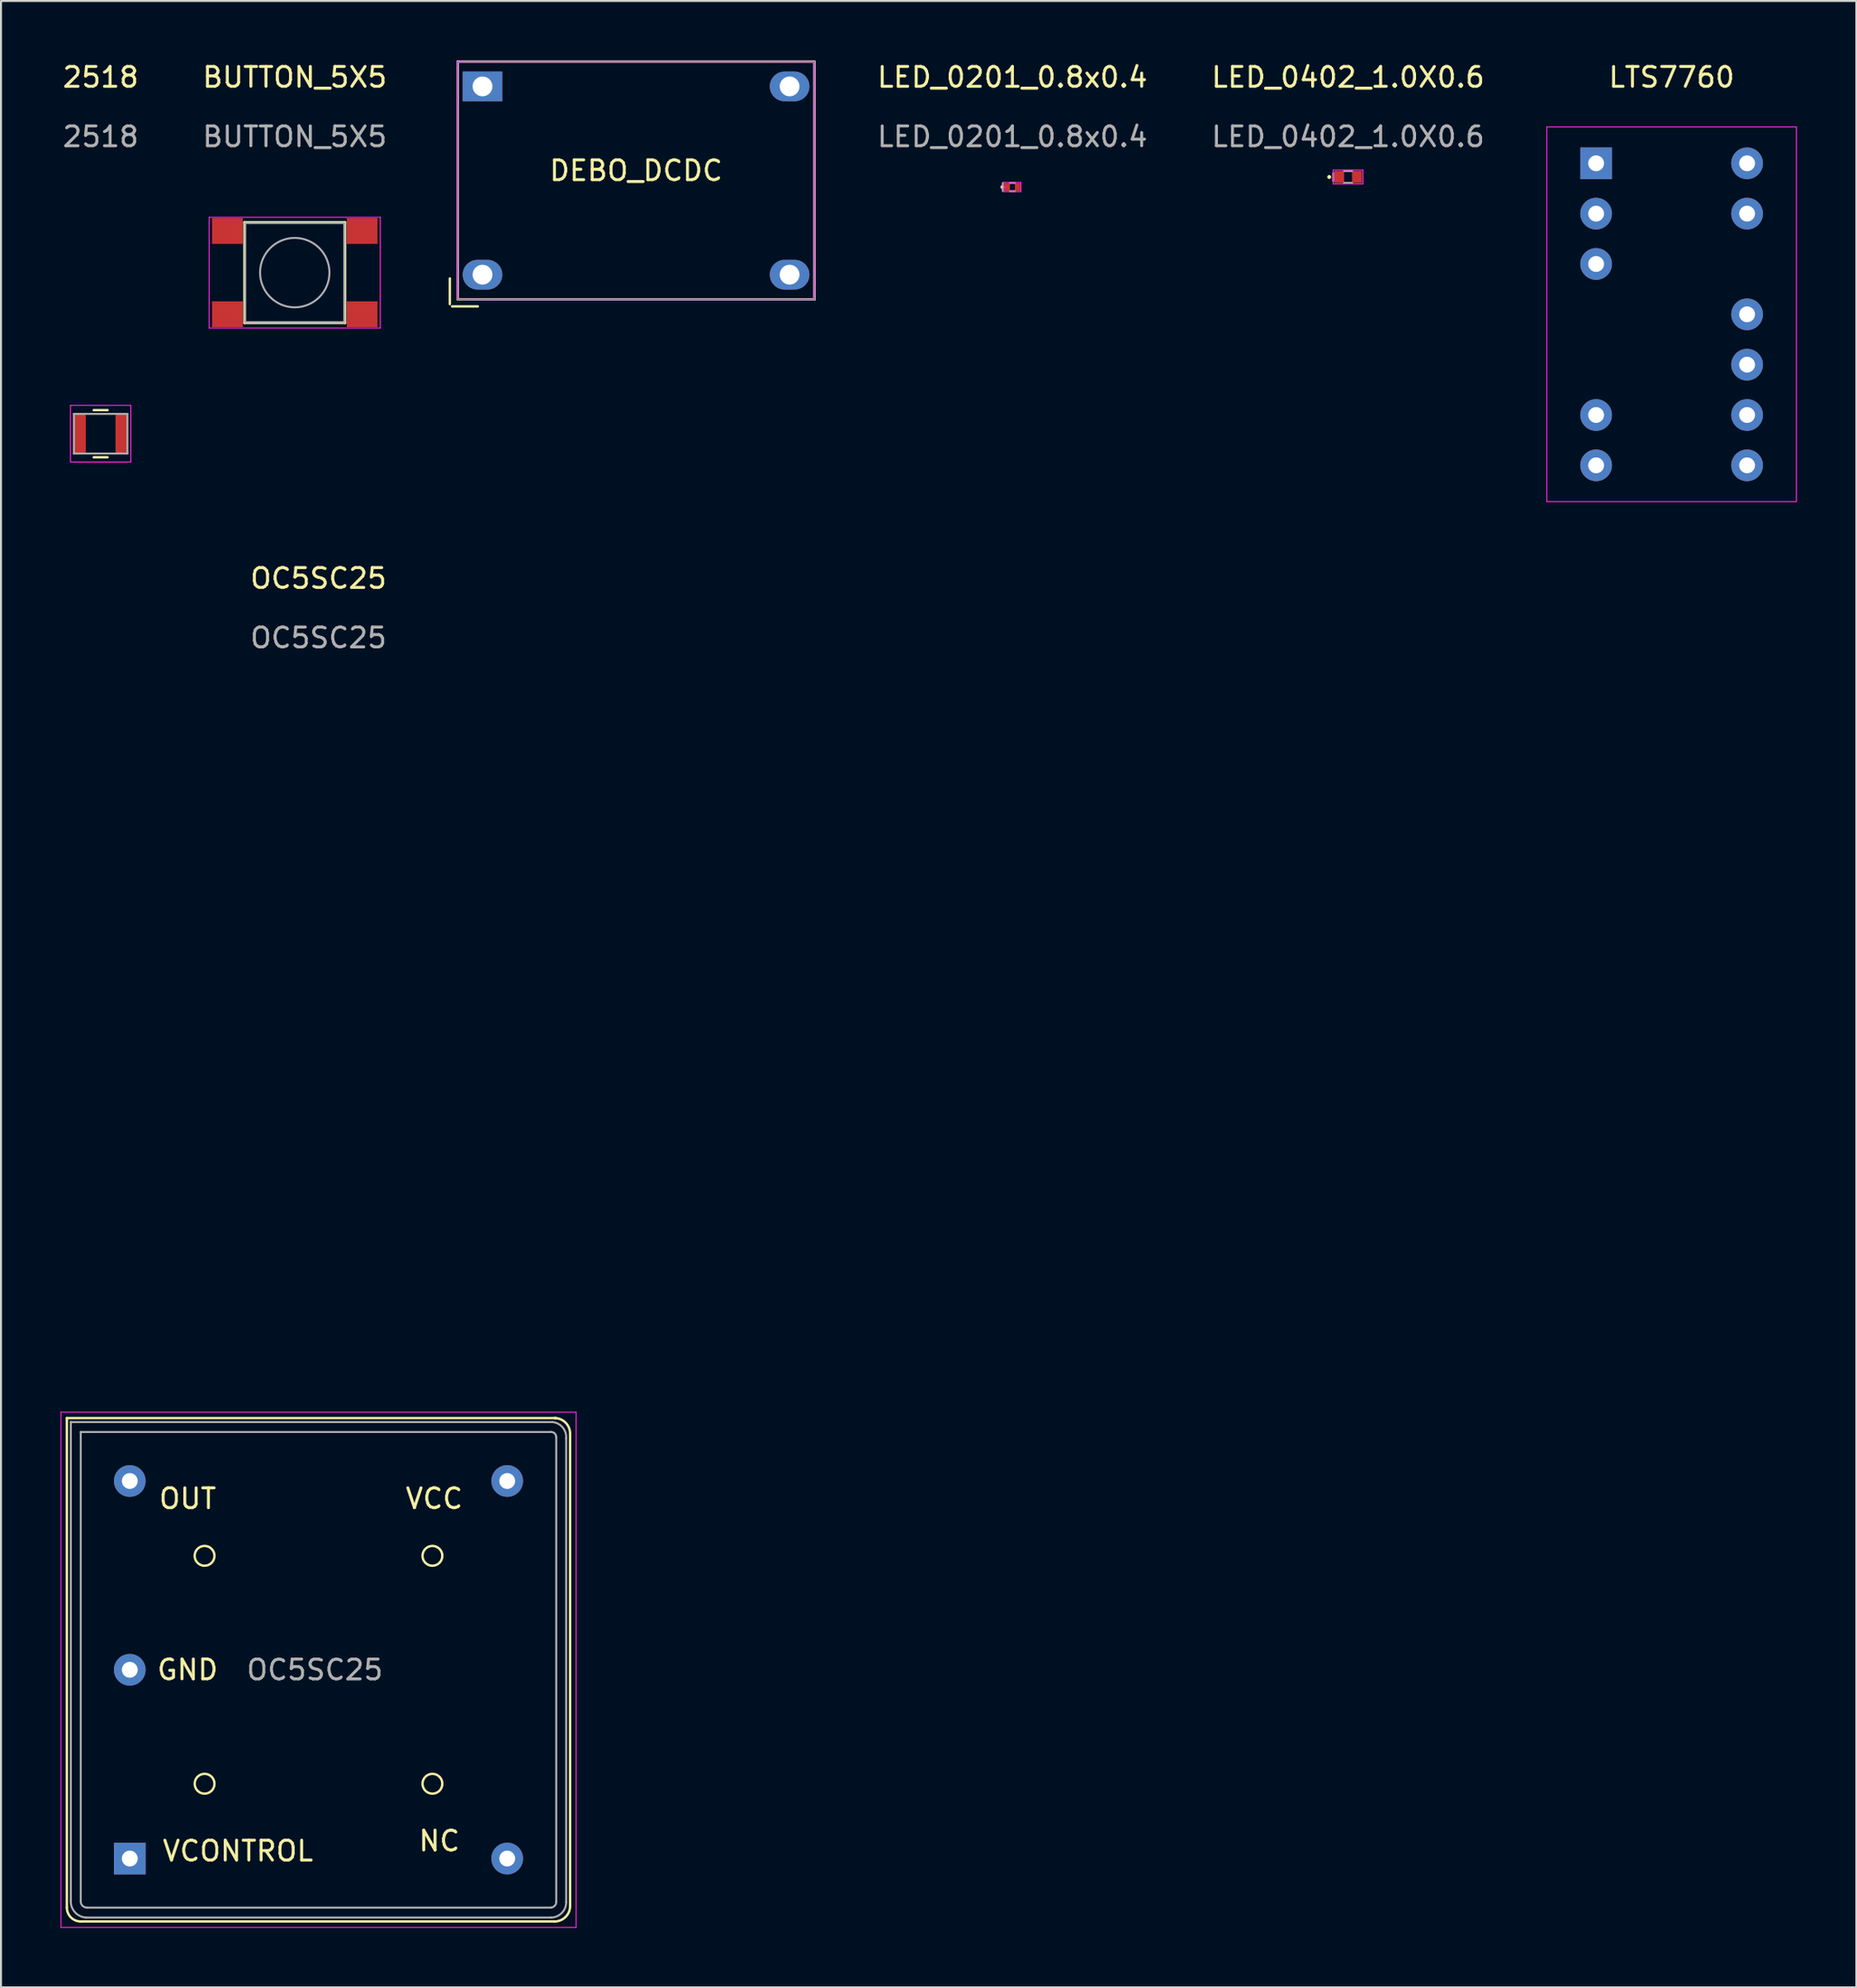
<source format=kicad_pcb>
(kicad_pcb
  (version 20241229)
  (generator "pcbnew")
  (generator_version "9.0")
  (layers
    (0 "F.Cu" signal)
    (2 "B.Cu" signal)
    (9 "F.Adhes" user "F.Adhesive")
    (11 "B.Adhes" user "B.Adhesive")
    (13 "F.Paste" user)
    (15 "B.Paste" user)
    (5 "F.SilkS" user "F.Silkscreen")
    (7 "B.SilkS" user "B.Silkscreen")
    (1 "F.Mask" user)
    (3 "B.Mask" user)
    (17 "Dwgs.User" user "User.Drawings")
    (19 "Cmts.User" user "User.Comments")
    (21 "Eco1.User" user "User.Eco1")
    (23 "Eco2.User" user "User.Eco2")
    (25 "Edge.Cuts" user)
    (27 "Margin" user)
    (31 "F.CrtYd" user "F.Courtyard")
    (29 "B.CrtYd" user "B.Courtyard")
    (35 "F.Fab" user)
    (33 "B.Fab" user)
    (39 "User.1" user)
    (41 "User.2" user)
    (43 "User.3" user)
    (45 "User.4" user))
  (footprint "DEBO_DCDC"
    (layer "F.Cu")
    (at 29.053 6.06)
    (property "Reference" "DEBO_DCDC" (at 0 -0.5 0) (unlocked yes) (layer "F.SilkS") (effects (font (size 1 1) (thickness 0.15))))
    (attr through_hole)
    (fp_line (start -9.398 4.938) (end -9.398 6.238) (stroke (width 0.12) (type solid)) (layer "F.SilkS"))
    (fp_line (start -9 -6) (end 9 -6) (stroke (width 0.12) (type solid)) (layer "F.SilkS"))
    (fp_line (start -9 6) (end -9 -6) (stroke (width 0.12) (type solid)) (layer "F.SilkS"))
    (fp_line (start -7.986 6.35) (end -9.286 6.35) (stroke (width 0.12) (type solid)) (layer "F.SilkS"))
    (fp_line (start 9 -6) (end 9 6) (stroke (width 0.12) (type solid)) (layer "F.SilkS"))
    (fp_line (start 9 6) (end -9 6) (stroke (width 0.12) (type solid)) (layer "F.SilkS"))
    (fp_line (start -9 6) (end -9 -6) (stroke (width 0.05) (type solid)) (layer "F.CrtYd"))
    (fp_line (start -9 6) (end 9 6) (stroke (width 0.05) (type solid)) (layer "F.CrtYd"))
    (fp_line (start 9 -6) (end -9 -6) (stroke (width 0.05) (type solid)) (layer "F.CrtYd"))
    (fp_line (start 9 -6) (end 9 6) (stroke (width 0.05) (type solid)) (layer "F.CrtYd"))
    (fp_line (start -9 -6) (end 9 -6) (stroke (width 0.12) (type solid)) (layer "F.Fab"))
    (fp_line (start -9 6) (end -9 -6) (stroke (width 0.12) (type solid)) (layer "F.Fab"))
    (fp_line (start 9 -6) (end 9 6) (stroke (width 0.12) (type solid)) (layer "F.Fab"))
    (fp_line (start 9 6) (end -9 6) (stroke (width 0.12) (type solid)) (layer "F.Fab"))
    (pad "1" thru_hole rect (at -7.75 -4.75 90) (size 1.5 2) (drill 1) (layers "*.Cu" "*.Mask"))
    (pad "2" thru_hole oval (at -7.75 4.75 90) (size 1.5 2) (drill 1) (layers "*.Cu" "*.Mask"))
    (pad "3" thru_hole oval (at 7.75 -4.75 90) (size 1.5 2) (drill 1) (layers "*.Cu" "*.Mask"))
    (pad "4" thru_hole oval (at 7.75 4.75 90) (size 1.5 2) (drill 1) (layers "*.Cu" "*.Mask")))
  (footprint "OC5SC25"
    (layer "F.Cu")
    (at 13.025 81.204)
    (property "Reference" "OC5SC25" (at 0 -55.07 0) (unlocked yes) (layer "F.SilkS") (effects (font (size 1 1) (thickness 0.15))))
    (attr through_hole)
    (fp_line (start -12.7 -12.7) (end -12.7 12) (stroke (width 0.12) (type solid)) (layer "F.SilkS"))
    (fp_line (start -12 12.7) (end 11.916 12.7) (stroke (width 0.12) (type solid)) (layer "F.SilkS"))
    (fp_line (start 12 -12.7) (end -12.7 -12.7) (stroke (width 0.12) (type solid)) (layer "F.SilkS"))
    (fp_line (start 12.7 11.916) (end 12.7 -11.916) (stroke (width 0.12) (type solid)) (layer "F.SilkS"))
    (fp_arc (start -12 12.7) (mid -12.494975 12.494975) (end -12.7 12) (stroke (width 0.12) (type solid)) (layer "F.SilkS"))
    (fp_arc (start 11.91567 -12.7) (mid 12.470275 -12.470275) (end 12.7 -11.91567) (stroke (width 0.12) (type solid)) (layer "F.SilkS"))
    (fp_arc (start 12.7 11.91567) (mid 12.470275 12.470275) (end 11.91567 12.7) (stroke (width 0.12) (type solid)) (layer "F.SilkS"))
    (fp_circle (center -5.75 -5.75) (end -5.25 -5.75) (stroke (width 0.12) (type solid)) (fill no) (layer "F.SilkS"))
    (fp_circle (center -5.75 5.75) (end -5.25 5.75) (stroke (width 0.12) (type solid)) (fill no) (layer "F.SilkS"))
    (fp_circle (center 5.75 -5.75) (end 6.25 -5.75) (stroke (width 0.12) (type solid)) (fill no) (layer "F.SilkS"))
    (fp_circle (center 5.75 5.75) (end 6.25 5.75) (stroke (width 0.12) (type solid)) (fill no) (layer "F.SilkS"))
    (fp_line (start -13 -13) (end -13 13) (stroke (width 0.05) (type solid)) (layer "F.CrtYd"))
    (fp_line (start -13 13) (end 13 13) (stroke (width 0.05) (type solid)) (layer "F.CrtYd"))
    (fp_line (start 13 -13) (end -13 -13) (stroke (width 0.05) (type solid)) (layer "F.CrtYd"))
    (fp_line (start 13 13) (end 13 -13) (stroke (width 0.05) (type solid)) (layer "F.CrtYd"))
    (fp_line (start -12.5 -12.5) (end 11.796 -12.5) (stroke (width 0.1) (type solid)) (layer "F.Fab"))
    (fp_line (start -12.5 11.649) (end -12.5 -12.5) (stroke (width 0.1) (type solid)) (layer "F.Fab"))
    (fp_line (start -12 -12) (end 11.74 -12) (stroke (width 0.1) (type solid)) (layer "F.Fab"))
    (fp_line (start -12 11.691) (end -12 -12) (stroke (width 0.1) (type solid)) (layer "F.Fab"))
    (fp_line (start -11.732 12.5) (end 11.732 12.5) (stroke (width 0.1) (type solid)) (layer "F.Fab"))
    (fp_line (start -11.684 12) (end 11.732 12) (stroke (width 0.1) (type solid)) (layer "F.Fab"))
    (fp_line (start 12 11.691) (end 12 -11.74) (stroke (width 0.1) (type solid)) (layer "F.Fab"))
    (fp_line (start 12.5 -11.684) (end 12.5 11.732) (stroke (width 0.1) (type solid)) (layer "F.Fab"))
    (fp_arc (start -11.732381 12.5) (mid -12.292393 12.233584) (end -12.5 11.649212) (stroke (width 0.1) (type solid)) (layer "F.Fab"))
    (fp_arc (start -11.684 12) (mid -11.906097 11.910702) (end -12 11.690513) (stroke (width 0.1) (type solid)) (layer "F.Fab"))
    (fp_arc (start 11.74 -12) (mid 11.923847 -11.923847) (end 12 -11.74) (stroke (width 0.1) (type solid)) (layer "F.Fab"))
    (fp_arc (start 11.796 -12.5) (mid 12.316999 -12.237803) (end 12.5 -11.684) (stroke (width 0.1) (type solid)) (layer "F.Fab"))
    (fp_arc (start 12 11.690513) (mid 11.930287 11.900682) (end 11.73238 12) (stroke (width 0.1) (type solid)) (layer "F.Fab"))
    (fp_arc (start 12.5 11.732381) (mid 12.275169 12.275169) (end 11.732381 12.5) (stroke (width 0.1) (type solid)) (layer "F.Fab"))
    (fp_text user "OUT" (at -6.604 -8.636 0) (unlocked yes) (layer "F.SilkS") (effects (font (size 1 1) (thickness 0.15))))
    (fp_text user "NC" (at 6.096 8.636 0) (unlocked yes) (layer "F.SilkS") (effects (font (size 1 1) (thickness 0.15))))
    (fp_text user "VCC" (at 5.842 -8.636 0) (unlocked yes) (layer "F.SilkS") (effects (font (size 1 1) (thickness 0.15))))
    (fp_text user "GND" (at -6.604 0 0) (unlocked yes) (layer "F.SilkS") (effects (font (size 1 1) (thickness 0.15))))
    (fp_text user "VCONTROL" (at -4.064 9.144 0) (unlocked yes) (layer "F.SilkS") (effects (font (size 1 1) (thickness 0.15))))
    (fp_text user "${REFERENCE}" (at -0.186 0.004 0) (layer "F.Fab") (effects (font (size 1 1) (thickness 0.15))))
    (fp_text user "${REFERENCE}" (at 0 -52.07 0) (unlocked yes) (layer "F.Fab") (effects (font (size 1 1) (thickness 0.15))))
    (pad "1" thru_hole rect (at -9.525 9.525) (size 1.6 1.6) (drill 0.8) (layers "*.Cu" "*.Mask"))
    (pad "7" thru_hole circle (at -9.525 0) (size 1.6 1.6) (drill 0.8) (layers "*.Cu" "*.Mask"))
    (pad "8" thru_hole circle (at -9.525 -9.525) (size 1.6 1.6) (drill 0.8) (layers "*.Cu" "*.Mask"))
    (pad "11" thru_hole circle (at 9.525 9.525) (size 1.6 1.6) (drill 0.8) (layers "*.Cu" "*.Mask"))
    (pad "14" thru_hole circle (at 9.525 -9.525) (size 1.6 1.6) (drill 0.8) (layers "*.Cu" "*.Mask")))
  (footprint "2518"
    (layer "F.Cu")
    (at 2.03 18.834)
    (property "Reference" "2518" (at 0 -17.986 0) (unlocked yes) (layer "F.SilkS") (effects (font (size 1 1) (thickness 0.15))))
    (attr smd)
    (fp_line (start -0.35 -1.19) (end 0.35 -1.19) (stroke (width 0.12) (type solid)) (layer "F.SilkS"))
    (fp_line (start -0.35 1.19) (end 0.35 1.19) (stroke (width 0.12) (type solid)) (layer "F.SilkS"))
    (fp_line (start -1.524 -1.43) (end 1.524 -1.43) (stroke (width 0.05) (type solid)) (layer "F.CrtYd"))
    (fp_line (start -1.524 1.43) (end -1.524 -1.43) (stroke (width 0.05) (type solid)) (layer "F.CrtYd"))
    (fp_line (start 1.524 -1.43) (end 1.524 1.43) (stroke (width 0.05) (type solid)) (layer "F.CrtYd"))
    (fp_line (start 1.524 1.43) (end -1.524 1.43) (stroke (width 0.05) (type solid)) (layer "F.CrtYd"))
    (fp_line (start -1.35 -1) (end 1.35 -1) (stroke (width 0.1) (type solid)) (layer "F.Fab"))
    (fp_line (start -1.35 1) (end -1.35 -1) (stroke (width 0.1) (type solid)) (layer "F.Fab"))
    (fp_line (start 1.35 -1) (end 1.35 1) (stroke (width 0.1) (type solid)) (layer "F.Fab"))
    (fp_line (start 1.35 1) (end -1.35 1) (stroke (width 0.1) (type solid)) (layer "F.Fab"))
    (fp_text user "${REFERENCE}" (at 0 -14.986 0) (unlocked yes) (layer "F.Fab") (effects (font (size 1 1) (thickness 0.15))))
    (pad "1" smd roundrect (at -1.05 0) (size 0.6 2) (layers "F.Cu" "F.Mask" "F.Paste") (roundrect_rratio 0.175))
    (pad "2" smd roundrect (at 1.05 0) (size 0.6 2) (layers "F.Cu" "F.Mask" "F.Paste") (roundrect_rratio 0.175)))
  (footprint "LTS7760"
    (layer "F.Cu")
    (at 81.319 12.81)
    (property "Reference" "LTS7760" (at 0 -11.962 0) (unlocked yes) (layer "F.SilkS") (effects (font (size 1 1) (thickness 0.15))))
    (attr through_hole)
    (fp_line (start -6.3 -9.45) (end -6.3 9.45) (stroke (width 0.05) (type solid)) (layer "F.CrtYd"))
    (fp_line (start -6.3 9.45) (end 6.3 9.45) (stroke (width 0.05) (type solid)) (layer "F.CrtYd"))
    (fp_line (start 6.3 -9.46) (end -6.3 -9.46) (stroke (width 0.05) (type solid)) (layer "F.CrtYd"))
    (fp_line (start 6.3 9.45) (end 6.3 -9.45) (stroke (width 0.05) (type solid)) (layer "F.CrtYd"))
    (pad "1" thru_hole rect (at -3.81 -7.62) (size 1.6 1.6) (drill 0.8) (layers "*.Cu" "*.Mask"))
    (pad "2" thru_hole oval (at -3.81 -5.08) (size 1.6 1.6) (drill 0.8) (layers "*.Cu" "*.Mask"))
    (pad "3" thru_hole oval (at -3.81 -2.54) (size 1.6 1.6) (drill 0.8) (layers "*.Cu" "*.Mask"))
    (pad "6" thru_hole oval (at -3.81 5.08) (size 1.6 1.6) (drill 0.8) (layers "*.Cu" "*.Mask"))
    (pad "7" thru_hole oval (at -3.81 7.62) (size 1.6 1.6) (drill 0.8) (layers "*.Cu" "*.Mask"))
    (pad "8" thru_hole oval (at 3.81 7.62) (size 1.6 1.6) (drill 0.8) (layers "*.Cu" "*.Mask"))
    (pad "9" thru_hole oval (at 3.81 5.08) (size 1.6 1.6) (drill 0.8) (layers "*.Cu" "*.Mask"))
    (pad "10" thru_hole oval (at 3.81 2.54) (size 1.6 1.6) (drill 0.8) (layers "*.Cu" "*.Mask"))
    (pad "11" thru_hole oval (at 3.81 0) (size 1.6 1.6) (drill 0.8) (layers "*.Cu" "*.Mask"))
    (pad "13" thru_hole oval (at 3.81 -5.08) (size 1.6 1.6) (drill 0.8) (layers "*.Cu" "*.Mask"))
    (pad "14" thru_hole oval (at 3.81 -7.62) (size 1.6 1.6) (drill 0.8) (layers "*.Cu" "*.Mask")))
  (footprint "BUTTON_5X5"
    (layer "F.Cu")
    (at 11.827 10.706)
    (property "Reference" "BUTTON_5X5" (at 0 -9.858 0) (unlocked yes) (layer "F.SilkS") (effects (font (size 1 1) (thickness 0.15))))
    (attr smd)
    (fp_line (start -2.54 -2.54) (end -2.54 2.54) (stroke (width 0.12) (type solid)) (layer "F.SilkS"))
    (fp_line (start -2.54 -2.54) (end 2.54 -2.54) (stroke (width 0.12) (type solid)) (layer "F.SilkS"))
    (fp_line (start -2.54 2.54) (end 2.54 2.54) (stroke (width 0.12) (type solid)) (layer "F.SilkS"))
    (fp_line (start 2.54 -2.54) (end 2.54 2.54) (stroke (width 0.12) (type solid)) (layer "F.SilkS"))
    (fp_line (start -4.318 -2.794) (end -4.318 2.794) (stroke (width 0.05) (type solid)) (layer "F.CrtYd"))
    (fp_line (start -4.318 -2.794) (end 4.318 -2.794) (stroke (width 0.05) (type solid)) (layer "F.CrtYd"))
    (fp_line (start -4.318 2.794) (end 4.318 2.794) (stroke (width 0.05) (type solid)) (layer "F.CrtYd"))
    (fp_line (start 4.318 2.794) (end 4.318 -2.794) (stroke (width 0.05) (type solid)) (layer "F.CrtYd"))
    (fp_line (start -2.5 -2.5) (end -2.5 2.5) (stroke (width 0.1) (type solid)) (layer "F.Fab"))
    (fp_line (start -2.5 2.5) (end 2.5 2.5) (stroke (width 0.1) (type solid)) (layer "F.Fab"))
    (fp_line (start 2.5 -2.5) (end -2.5 -2.5) (stroke (width 0.1) (type solid)) (layer "F.Fab"))
    (fp_line (start 2.5 2.5) (end 2.5 -2.5) (stroke (width 0.1) (type solid)) (layer "F.Fab"))
    (fp_circle (center 0 0) (end 1.751 0) (stroke (width 0.1) (type solid)) (fill no) (layer "F.Fab"))
    (fp_text user "${REFERENCE}" (at 0 -6.858 0) (unlocked yes) (layer "F.Fab") (effects (font (size 1 1) (thickness 0.15))))
    (pad "1" smd rect (at -3.4 -2.1) (size 1.55 1.3) (layers "F.Cu" "F.Mask" "F.Paste"))
    (pad "1" smd rect (at 3.4 -2.1) (size 1.55 1.3) (layers "F.Cu" "F.Mask" "F.Paste"))
    (pad "2" smd rect (at -3.4 2.1) (size 1.55 1.3) (layers "F.Cu" "F.Mask" "F.Paste"))
    (pad "2" smd rect (at 3.4 2.1) (size 1.55 1.3) (layers "F.Cu" "F.Mask" "F.Paste")))
  (footprint "LED_0402_1.0X0.6"
    (layer "F.Cu")
    (at 64.988 5.88)
    (property "Reference" "LED_0402_1.0X0.6" (at 0 -5.032 0) (unlocked yes) (layer "F.SilkS") (effects (font (size 1 1) (thickness 0.15))))
    (attr smd)
    (fp_circle (center -0.95 0) (end -0.9 0) (stroke (width 0.1) (type solid)) (fill no) (layer "F.SilkS"))
    (fp_line (start -0.75 -0.35) (end 0.75 -0.35) (stroke (width 0.05) (type solid)) (layer "F.CrtYd"))
    (fp_line (start -0.75 0.35) (end -0.75 -0.35) (stroke (width 0.05) (type solid)) (layer "F.CrtYd"))
    (fp_line (start -0.75 0.35) (end 0.75 0.35) (stroke (width 0.05) (type solid)) (layer "F.CrtYd"))
    (fp_line (start 0.75 -0.35) (end 0.75 0.35) (stroke (width 0.05) (type solid)) (layer "F.CrtYd"))
    (fp_line (start -0.75 0.2) (end -0.75 -0.2) (stroke (width 0.1) (type solid)) (layer "F.Fab"))
    (fp_line (start -0.2 -0.3) (end 0.2 -0.3) (stroke (width 0.1) (type solid)) (layer "F.Fab"))
    (fp_line (start 0.2 0.3) (end -0.2 0.3) (stroke (width 0.1) (type solid)) (layer "F.Fab"))
    (fp_text user "${REFERENCE}" (at 0 -2.032 0) (unlocked yes) (layer "F.Fab") (effects (font (size 1 1) (thickness 0.15))))
    (pad "1" smd rect (at -0.45 0) (size 0.5 0.6) (layers "F.Cu" "F.Mask" "F.Paste"))
    (pad "2" smd rect (at 0.45 0) (size 0.5 0.6) (layers "F.Cu" "F.Mask" "F.Paste")))
  (footprint "LED_0201_0.8x0.4"
    (layer "F.Cu")
    (at 48.048 6.388)
    (property "Reference" "LED_0201_0.8x0.4" (at 0 -5.54 0) (unlocked yes) (layer "F.SilkS") (effects (font (size 1 1) (thickness 0.15))))
    (attr smd)
    (fp_circle (center -0.5 0) (end -0.45 0) (stroke (width 0.1) (type solid)) (fill no) (layer "F.SilkS"))
    (fp_line (start -0.43 -0.23) (end 0.43 -0.23) (stroke (width 0.05) (type solid)) (layer "F.CrtYd"))
    (fp_line (start -0.43 0.23) (end -0.43 -0.23) (stroke (width 0.05) (type solid)) (layer "F.CrtYd"))
    (fp_line (start -0.43 0.23) (end 0.43 0.23) (stroke (width 0.05) (type solid)) (layer "F.CrtYd"))
    (fp_line (start 0.43 -0.23) (end 0.43 0.23) (stroke (width 0.05) (type solid)) (layer "F.CrtYd"))
    (fp_line (start -0.48 0.2) (end -0.48 -0.2) (stroke (width 0.1) (type solid)) (layer "F.Fab"))
    (fp_line (start -0.125 -0.21) (end 0.125 -0.21) (stroke (width 0.1) (type solid)) (layer "F.Fab"))
    (fp_line (start 0.125 0.21) (end -0.125 0.21) (stroke (width 0.1) (type solid)) (layer "F.Fab"))
    (fp_text user "${REFERENCE}" (at 0 -2.54 0) (unlocked yes) (layer "F.Fab") (effects (font (size 1 1) (thickness 0.15))))
    (pad "1" smd rect (at -0.263 0) (size 0.275 0.4) (layers "F.Cu" "F.Mask" "F.Paste"))
    (pad "2" smd rect (at 0.263 0) (size 0.275 0.4) (layers "F.Cu" "F.Mask" "F.Paste")))
  (gr_rect
    (start -3 -3)
    (end 90.644 97.228)
    (stroke (width 0.1) (type default))
    (fill no)
    (layer "Edge.Cuts")))
</source>
